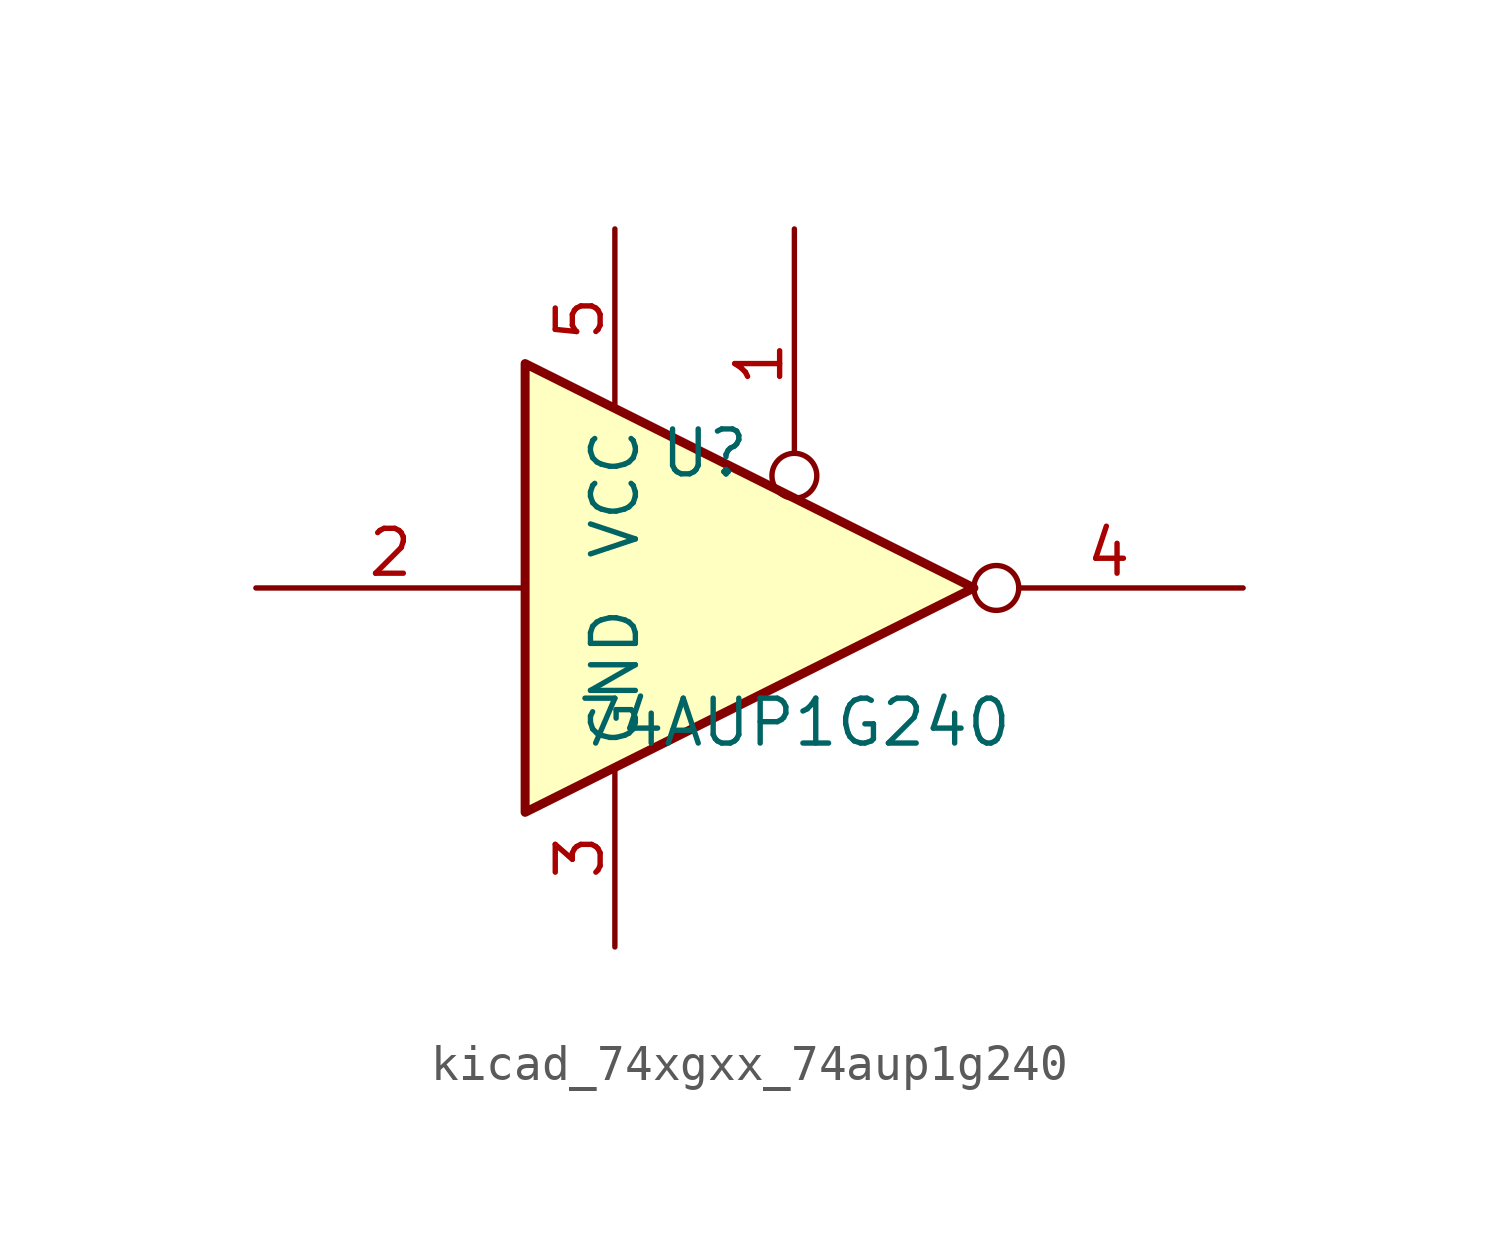
<source format=kicad_sym>
(kicad_symbol_lib
  (version 20220914)
  (generator kicad_symbol_editor)
  (symbol "kicad_74xgxx_74aup1g240"
    (property "Reference" "U"
      (at -2.54 3.81 0)
      (effects (font (size 1.27 1.27))))
    (property "Value" "74AUP1G240"
      (at 0 -3.81 0)
      (effects (font (size 1.27 1.27))))
    (symbol "kicad_74xgxx_74aup1g240_0_1"
      (polyline (pts (xy -7.62 6.35) (xy -7.62 -6.35) (xy 5.08 0) (xy -7.62 6.35)) (stroke (width 0.254) (type default)) (fill (type background))))
    (symbol "kicad_74xgxx_74aup1g240_1_1"
      (pin input inverted (at 0 10.16 270) (length 7.62) (name "~" (effects (font (size 1.27 1.27)))) (number "1" (effects (font (size 1.27 1.27)))))
      (pin input line (at -15.24 0 0) (length 7.62) (name "~" (effects (font (size 1.27 1.27)))) (number "2" (effects (font (size 1.27 1.27)))))
      (pin power_in line (at -5.08 -10.16 90) (length 5.08) (name "GND" (effects (font (size 1.27 1.27)))) (number "3" (effects (font (size 1.27 1.27)))))
      (pin tri_state inverted (at 12.7 0 180) (length 7.62) (name "~" (effects (font (size 1.27 1.27)))) (number "4" (effects (font (size 1.27 1.27)))))
      (pin power_in line (at -5.08 10.16 270) (length 5.08) (name "VCC" (effects (font (size 1.27 1.27)))) (number "5" (effects (font (size 1.27 1.27))))))))
</source>
